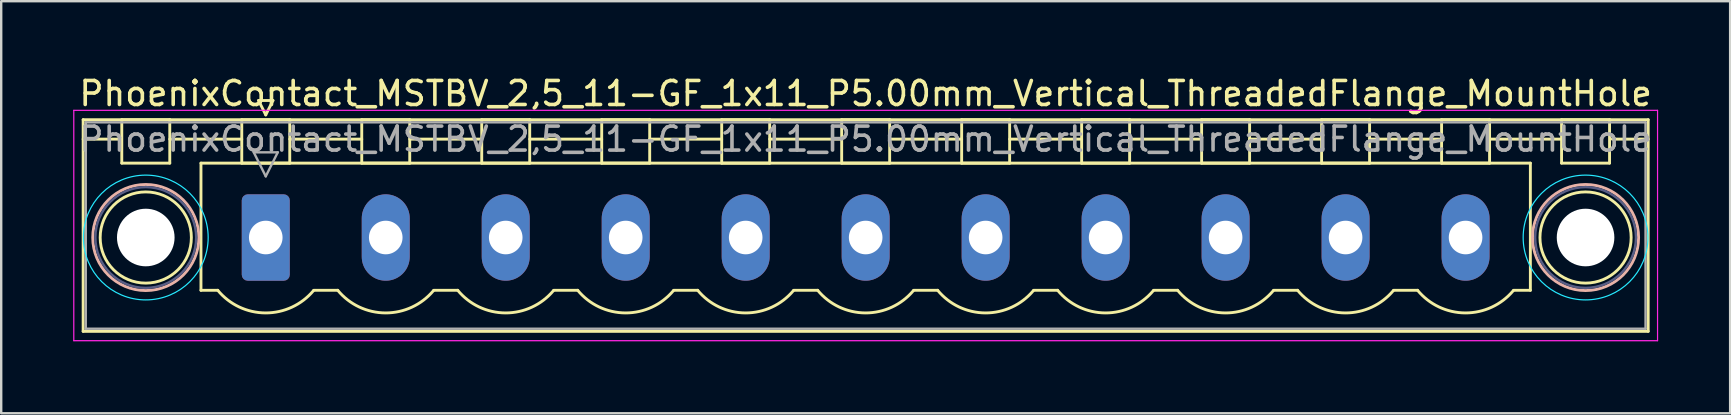
<source format=kicad_pcb>
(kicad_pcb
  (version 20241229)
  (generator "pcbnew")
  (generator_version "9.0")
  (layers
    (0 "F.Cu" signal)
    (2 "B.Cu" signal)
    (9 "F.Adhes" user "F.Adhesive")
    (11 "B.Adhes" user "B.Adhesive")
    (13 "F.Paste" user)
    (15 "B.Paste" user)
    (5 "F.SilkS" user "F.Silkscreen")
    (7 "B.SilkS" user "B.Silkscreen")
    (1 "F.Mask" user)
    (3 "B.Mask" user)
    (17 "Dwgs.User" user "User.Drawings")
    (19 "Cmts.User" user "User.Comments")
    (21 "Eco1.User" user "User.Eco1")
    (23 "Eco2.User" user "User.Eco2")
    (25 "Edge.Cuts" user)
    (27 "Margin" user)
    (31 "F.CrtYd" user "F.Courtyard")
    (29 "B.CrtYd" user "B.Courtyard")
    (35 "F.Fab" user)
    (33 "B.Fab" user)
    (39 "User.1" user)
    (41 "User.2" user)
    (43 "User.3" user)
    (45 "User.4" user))
  (footprint "PhoenixContact_MSTBV_2,5_11-GF_1x11_P5.00mm_Vertical_ThreadedFlange_MountHole"
    (layer "F.Cu")
    (at 8.025 6.848)
    (property "Reference" "PhoenixContact_MSTBV_2,5_11-GF_1x11_P5.00mm_Vertical_ThreadedFlange_MountHole" (at 25 -6 0) (layer "F.SilkS") (effects (font (size 1 1) (thickness 0.15))))
    (attr through_hole)
    (fp_line (start -7.61 -4.91) (end -7.61 3.91) (stroke (width 0.12) (type solid)) (layer "F.SilkS"))
    (fp_line (start -7.61 -4.1) (end -6.11 -4.1) (stroke (width 0.12) (type solid)) (layer "F.SilkS"))
    (fp_line (start -7.61 3.91) (end 57.61 3.91) (stroke (width 0.12) (type solid)) (layer "F.SilkS"))
    (fp_line (start -6 -4.91) (end -4 -4.91) (stroke (width 0.12) (type solid)) (layer "F.SilkS"))
    (fp_line (start -6 -3.1) (end -6 -4.91) (stroke (width 0.12) (type solid)) (layer "F.SilkS"))
    (fp_line (start -4 -4.91) (end -4 -3.1) (stroke (width 0.12) (type solid)) (layer "F.SilkS"))
    (fp_line (start -4 -4.1) (end -1 -4.1) (stroke (width 0.12) (type solid)) (layer "F.SilkS"))
    (fp_line (start -4 -3.1) (end -6 -3.1) (stroke (width 0.12) (type solid)) (layer "F.SilkS"))
    (fp_line (start -2.7 -3.1) (end 52.7 -3.1) (stroke (width 0.12) (type solid)) (layer "F.SilkS"))
    (fp_line (start -2.7 2.2) (end -2.7 -3.1) (stroke (width 0.12) (type solid)) (layer "F.SilkS"))
    (fp_line (start -2 2.2) (end -2.7 2.2) (stroke (width 0.12) (type solid)) (layer "F.SilkS"))
    (fp_line (start -1 -4.91) (end 1 -4.91) (stroke (width 0.12) (type solid)) (layer "F.SilkS"))
    (fp_line (start -1 -3.1) (end -1 -4.91) (stroke (width 0.12) (type solid)) (layer "F.SilkS"))
    (fp_line (start -0.3 -5.71) (end 0.3 -5.71) (stroke (width 0.12) (type solid)) (layer "F.SilkS"))
    (fp_line (start 0 -5.11) (end -0.3 -5.71) (stroke (width 0.12) (type solid)) (layer "F.SilkS"))
    (fp_line (start 0.3 -5.71) (end 0 -5.11) (stroke (width 0.12) (type solid)) (layer "F.SilkS"))
    (fp_line (start 1 -4.91) (end 1 -3.1) (stroke (width 0.12) (type solid)) (layer "F.SilkS"))
    (fp_line (start 1 -4.1) (end 4 -4.1) (stroke (width 0.12) (type solid)) (layer "F.SilkS"))
    (fp_line (start 1 -3.1) (end -1 -3.1) (stroke (width 0.12) (type solid)) (layer "F.SilkS"))
    (fp_line (start 2 2.2) (end 3 2.2) (stroke (width 0.12) (type solid)) (layer "F.SilkS"))
    (fp_line (start 4 -4.91) (end 6 -4.91) (stroke (width 0.12) (type solid)) (layer "F.SilkS"))
    (fp_line (start 4 -3.1) (end 4 -4.91) (stroke (width 0.12) (type solid)) (layer "F.SilkS"))
    (fp_line (start 6 -4.91) (end 6 -3.1) (stroke (width 0.12) (type solid)) (layer "F.SilkS"))
    (fp_line (start 6 -4.1) (end 9 -4.1) (stroke (width 0.12) (type solid)) (layer "F.SilkS"))
    (fp_line (start 6 -3.1) (end 4 -3.1) (stroke (width 0.12) (type solid)) (layer "F.SilkS"))
    (fp_line (start 7 2.2) (end 8 2.2) (stroke (width 0.12) (type solid)) (layer "F.SilkS"))
    (fp_line (start 9 -4.91) (end 11 -4.91) (stroke (width 0.12) (type solid)) (layer "F.SilkS"))
    (fp_line (start 9 -3.1) (end 9 -4.91) (stroke (width 0.12) (type solid)) (layer "F.SilkS"))
    (fp_line (start 11 -4.91) (end 11 -3.1) (stroke (width 0.12) (type solid)) (layer "F.SilkS"))
    (fp_line (start 11 -4.1) (end 14 -4.1) (stroke (width 0.12) (type solid)) (layer "F.SilkS"))
    (fp_line (start 11 -3.1) (end 9 -3.1) (stroke (width 0.12) (type solid)) (layer "F.SilkS"))
    (fp_line (start 12 2.2) (end 13 2.2) (stroke (width 0.12) (type solid)) (layer "F.SilkS"))
    (fp_line (start 14 -4.91) (end 16 -4.91) (stroke (width 0.12) (type solid)) (layer "F.SilkS"))
    (fp_line (start 14 -3.1) (end 14 -4.91) (stroke (width 0.12) (type solid)) (layer "F.SilkS"))
    (fp_line (start 16 -4.91) (end 16 -3.1) (stroke (width 0.12) (type solid)) (layer "F.SilkS"))
    (fp_line (start 16 -4.1) (end 19 -4.1) (stroke (width 0.12) (type solid)) (layer "F.SilkS"))
    (fp_line (start 16 -3.1) (end 14 -3.1) (stroke (width 0.12) (type solid)) (layer "F.SilkS"))
    (fp_line (start 17 2.2) (end 18 2.2) (stroke (width 0.12) (type solid)) (layer "F.SilkS"))
    (fp_line (start 19 -4.91) (end 21 -4.91) (stroke (width 0.12) (type solid)) (layer "F.SilkS"))
    (fp_line (start 19 -3.1) (end 19 -4.91) (stroke (width 0.12) (type solid)) (layer "F.SilkS"))
    (fp_line (start 21 -4.91) (end 21 -3.1) (stroke (width 0.12) (type solid)) (layer "F.SilkS"))
    (fp_line (start 21 -4.1) (end 24 -4.1) (stroke (width 0.12) (type solid)) (layer "F.SilkS"))
    (fp_line (start 21 -3.1) (end 19 -3.1) (stroke (width 0.12) (type solid)) (layer "F.SilkS"))
    (fp_line (start 22 2.2) (end 23 2.2) (stroke (width 0.12) (type solid)) (layer "F.SilkS"))
    (fp_line (start 24 -4.91) (end 26 -4.91) (stroke (width 0.12) (type solid)) (layer "F.SilkS"))
    (fp_line (start 24 -3.1) (end 24 -4.91) (stroke (width 0.12) (type solid)) (layer "F.SilkS"))
    (fp_line (start 26 -4.91) (end 26 -3.1) (stroke (width 0.12) (type solid)) (layer "F.SilkS"))
    (fp_line (start 26 -4.1) (end 29 -4.1) (stroke (width 0.12) (type solid)) (layer "F.SilkS"))
    (fp_line (start 26 -3.1) (end 24 -3.1) (stroke (width 0.12) (type solid)) (layer "F.SilkS"))
    (fp_line (start 27 2.2) (end 28 2.2) (stroke (width 0.12) (type solid)) (layer "F.SilkS"))
    (fp_line (start 29 -4.91) (end 31 -4.91) (stroke (width 0.12) (type solid)) (layer "F.SilkS"))
    (fp_line (start 29 -3.1) (end 29 -4.91) (stroke (width 0.12) (type solid)) (layer "F.SilkS"))
    (fp_line (start 31 -4.91) (end 31 -3.1) (stroke (width 0.12) (type solid)) (layer "F.SilkS"))
    (fp_line (start 31 -4.1) (end 34 -4.1) (stroke (width 0.12) (type solid)) (layer "F.SilkS"))
    (fp_line (start 31 -3.1) (end 29 -3.1) (stroke (width 0.12) (type solid)) (layer "F.SilkS"))
    (fp_line (start 32 2.2) (end 33 2.2) (stroke (width 0.12) (type solid)) (layer "F.SilkS"))
    (fp_line (start 34 -4.91) (end 36 -4.91) (stroke (width 0.12) (type solid)) (layer "F.SilkS"))
    (fp_line (start 34 -3.1) (end 34 -4.91) (stroke (width 0.12) (type solid)) (layer "F.SilkS"))
    (fp_line (start 36 -4.91) (end 36 -3.1) (stroke (width 0.12) (type solid)) (layer "F.SilkS"))
    (fp_line (start 36 -4.1) (end 39 -4.1) (stroke (width 0.12) (type solid)) (layer "F.SilkS"))
    (fp_line (start 36 -3.1) (end 34 -3.1) (stroke (width 0.12) (type solid)) (layer "F.SilkS"))
    (fp_line (start 37 2.2) (end 38 2.2) (stroke (width 0.12) (type solid)) (layer "F.SilkS"))
    (fp_line (start 39 -4.91) (end 41 -4.91) (stroke (width 0.12) (type solid)) (layer "F.SilkS"))
    (fp_line (start 39 -3.1) (end 39 -4.91) (stroke (width 0.12) (type solid)) (layer "F.SilkS"))
    (fp_line (start 41 -4.91) (end 41 -3.1) (stroke (width 0.12) (type solid)) (layer "F.SilkS"))
    (fp_line (start 41 -4.1) (end 44 -4.1) (stroke (width 0.12) (type solid)) (layer "F.SilkS"))
    (fp_line (start 41 -3.1) (end 39 -3.1) (stroke (width 0.12) (type solid)) (layer "F.SilkS"))
    (fp_line (start 42 2.2) (end 43 2.2) (stroke (width 0.12) (type solid)) (layer "F.SilkS"))
    (fp_line (start 44 -4.91) (end 46 -4.91) (stroke (width 0.12) (type solid)) (layer "F.SilkS"))
    (fp_line (start 44 -3.1) (end 44 -4.91) (stroke (width 0.12) (type solid)) (layer "F.SilkS"))
    (fp_line (start 46 -4.91) (end 46 -3.1) (stroke (width 0.12) (type solid)) (layer "F.SilkS"))
    (fp_line (start 46 -4.1) (end 49 -4.1) (stroke (width 0.12) (type solid)) (layer "F.SilkS"))
    (fp_line (start 46 -3.1) (end 44 -3.1) (stroke (width 0.12) (type solid)) (layer "F.SilkS"))
    (fp_line (start 47 2.2) (end 48 2.2) (stroke (width 0.12) (type solid)) (layer "F.SilkS"))
    (fp_line (start 49 -4.91) (end 51 -4.91) (stroke (width 0.12) (type solid)) (layer "F.SilkS"))
    (fp_line (start 49 -3.1) (end 49 -4.91) (stroke (width 0.12) (type solid)) (layer "F.SilkS"))
    (fp_line (start 51 -4.91) (end 51 -3.1) (stroke (width 0.12) (type solid)) (layer "F.SilkS"))
    (fp_line (start 51 -4.1) (end 54 -4.1) (stroke (width 0.12) (type solid)) (layer "F.SilkS"))
    (fp_line (start 51 -3.1) (end 49 -3.1) (stroke (width 0.12) (type solid)) (layer "F.SilkS"))
    (fp_line (start 52.7 -3.1) (end 52.7 2.2) (stroke (width 0.12) (type solid)) (layer "F.SilkS"))
    (fp_line (start 52.7 2.2) (end 52 2.2) (stroke (width 0.12) (type solid)) (layer "F.SilkS"))
    (fp_line (start 54 -4.91) (end 56 -4.91) (stroke (width 0.12) (type solid)) (layer "F.SilkS"))
    (fp_line (start 54 -3.1) (end 54 -4.91) (stroke (width 0.12) (type solid)) (layer "F.SilkS"))
    (fp_line (start 56 -4.91) (end 56 -3.1) (stroke (width 0.12) (type solid)) (layer "F.SilkS"))
    (fp_line (start 56 -3.1) (end 54 -3.1) (stroke (width 0.12) (type solid)) (layer "F.SilkS"))
    (fp_line (start 57.61 -4.91) (end -7.61 -4.91) (stroke (width 0.12) (type solid)) (layer "F.SilkS"))
    (fp_line (start 57.61 -4.1) (end 56.11 -4.1) (stroke (width 0.12) (type solid)) (layer "F.SilkS"))
    (fp_line (start 57.61 3.91) (end 57.61 -4.91) (stroke (width 0.12) (type solid)) (layer "F.SilkS"))
    (fp_arc (start 1.986842 2.215821) (mid -0.010289 3.142758) (end -2 2.2) (stroke (width 0.12) (type solid)) (layer "F.SilkS"))
    (fp_arc (start 6.986842 2.215821) (mid 4.989711 3.142758) (end 3 2.2) (stroke (width 0.12) (type solid)) (layer "F.SilkS"))
    (fp_arc (start 11.986842 2.215821) (mid 9.989711 3.142758) (end 8 2.2) (stroke (width 0.12) (type solid)) (layer "F.SilkS"))
    (fp_arc (start 16.986842 2.215821) (mid 14.989711 3.142758) (end 13 2.2) (stroke (width 0.12) (type solid)) (layer "F.SilkS"))
    (fp_arc (start 21.986842 2.215821) (mid 19.989711 3.142758) (end 18 2.2) (stroke (width 0.12) (type solid)) (layer "F.SilkS"))
    (fp_arc (start 26.986842 2.215821) (mid 24.989711 3.142758) (end 23 2.2) (stroke (width 0.12) (type solid)) (layer "F.SilkS"))
    (fp_arc (start 31.986842 2.215821) (mid 29.989711 3.142758) (end 28 2.2) (stroke (width 0.12) (type solid)) (layer "F.SilkS"))
    (fp_arc (start 36.986842 2.215821) (mid 34.989711 3.142758) (end 33 2.2) (stroke (width 0.12) (type solid)) (layer "F.SilkS"))
    (fp_arc (start 41.986842 2.215821) (mid 39.989711 3.142758) (end 38 2.2) (stroke (width 0.12) (type solid)) (layer "F.SilkS"))
    (fp_arc (start 46.986842 2.215821) (mid 44.989711 3.142758) (end 43 2.2) (stroke (width 0.12) (type solid)) (layer "F.SilkS"))
    (fp_arc (start 51.986842 2.215821) (mid 49.989711 3.142758) (end 48 2.2) (stroke (width 0.12) (type solid)) (layer "F.SilkS"))
    (fp_circle (center -5 0) (end -3.1 0) (stroke (width 0.12) (type solid)) (fill no) (layer "F.SilkS"))
    (fp_circle (center 55 0) (end 56.9 0) (stroke (width 0.12) (type solid)) (fill no) (layer "F.SilkS"))
    (fp_circle (center -5 0) (end -2.79 0) (stroke (width 0.12) (type solid)) (fill no) (layer "B.SilkS"))
    (fp_circle (center 55 0) (end 57.21 0) (stroke (width 0.12) (type solid)) (fill no) (layer "B.SilkS"))
    (fp_circle (center -5 0) (end -2.4 0) (stroke (width 0.05) (type solid)) (fill no) (layer "B.CrtYd"))
    (fp_circle (center 55 0) (end 57.6 0) (stroke (width 0.05) (type solid)) (fill no) (layer "B.CrtYd"))
    (fp_line (start -8 -5.3) (end -8 4.3) (stroke (width 0.05) (type solid)) (layer "F.CrtYd"))
    (fp_line (start -8 4.3) (end 58 4.3) (stroke (width 0.05) (type solid)) (layer "F.CrtYd"))
    (fp_line (start 58 -5.3) (end -8 -5.3) (stroke (width 0.05) (type solid)) (layer "F.CrtYd"))
    (fp_line (start 58 4.3) (end 58 -5.3) (stroke (width 0.05) (type solid)) (layer "F.CrtYd"))
    (fp_circle (center -5 0) (end -2.9 0) (stroke (width 0.1) (type solid)) (fill no) (layer "B.Fab"))
    (fp_circle (center 55 0) (end 57.1 0) (stroke (width 0.1) (type solid)) (fill no) (layer "B.Fab"))
    (fp_line (start -7.5 -4.8) (end -7.5 3.8) (stroke (width 0.1) (type solid)) (layer "F.Fab"))
    (fp_line (start -7.5 3.8) (end 57.5 3.8) (stroke (width 0.1) (type solid)) (layer "F.Fab"))
    (fp_line (start -0.5 -3.55) (end 0.5 -3.55) (stroke (width 0.1) (type solid)) (layer "F.Fab"))
    (fp_line (start 0 -2.55) (end -0.5 -3.55) (stroke (width 0.1) (type solid)) (layer "F.Fab"))
    (fp_line (start 0.5 -3.55) (end 0 -2.55) (stroke (width 0.1) (type solid)) (layer "F.Fab"))
    (fp_line (start 57.5 -4.8) (end -7.5 -4.8) (stroke (width 0.1) (type solid)) (layer "F.Fab"))
    (fp_line (start 57.5 3.8) (end 57.5 -4.8) (stroke (width 0.1) (type solid)) (layer "F.Fab"))
    (fp_text user "${REFERENCE}" (at 25 -4.1 0) (layer "F.Fab") (effects (font (size 1 1) (thickness 0.15))))
    (pad "" np_thru_hole circle (at -5 0) (size 2.4 2.4) (drill 2.4) (layers "*.Cu" "*.Mask"))
    (pad "" np_thru_hole circle (at 55 0) (size 2.4 2.4) (drill 2.4) (layers "*.Cu" "*.Mask"))
    (pad "1" thru_hole roundrect (at 0 0) (size 2 3.6) (drill 1.4) (layers "*.Cu" "*.Mask") (roundrect_rratio 0.125))
    (pad "2" thru_hole oval (at 5 0) (size 2 3.6) (drill 1.4) (layers "*.Cu" "*.Mask"))
    (pad "3" thru_hole oval (at 10 0) (size 2 3.6) (drill 1.4) (layers "*.Cu" "*.Mask"))
    (pad "4" thru_hole oval (at 15 0) (size 2 3.6) (drill 1.4) (layers "*.Cu" "*.Mask"))
    (pad "5" thru_hole oval (at 20 0) (size 2 3.6) (drill 1.4) (layers "*.Cu" "*.Mask"))
    (pad "6" thru_hole oval (at 25 0) (size 2 3.6) (drill 1.4) (layers "*.Cu" "*.Mask"))
    (pad "7" thru_hole oval (at 30 0) (size 2 3.6) (drill 1.4) (layers "*.Cu" "*.Mask"))
    (pad "8" thru_hole oval (at 35 0) (size 2 3.6) (drill 1.4) (layers "*.Cu" "*.Mask"))
    (pad "9" thru_hole oval (at 40 0) (size 2 3.6) (drill 1.4) (layers "*.Cu" "*.Mask"))
    (pad "10" thru_hole oval (at 45 0) (size 2 3.6) (drill 1.4) (layers "*.Cu" "*.Mask"))
    (pad "11" thru_hole oval (at 50 0) (size 2 3.6) (drill 1.4) (layers "*.Cu" "*.Mask")))
  (gr_rect
    (start -3 -3)
    (end 69.05 14.173)
    (stroke (width 0.1) (type default))
    (fill no)
    (layer "Edge.Cuts")))
</source>
